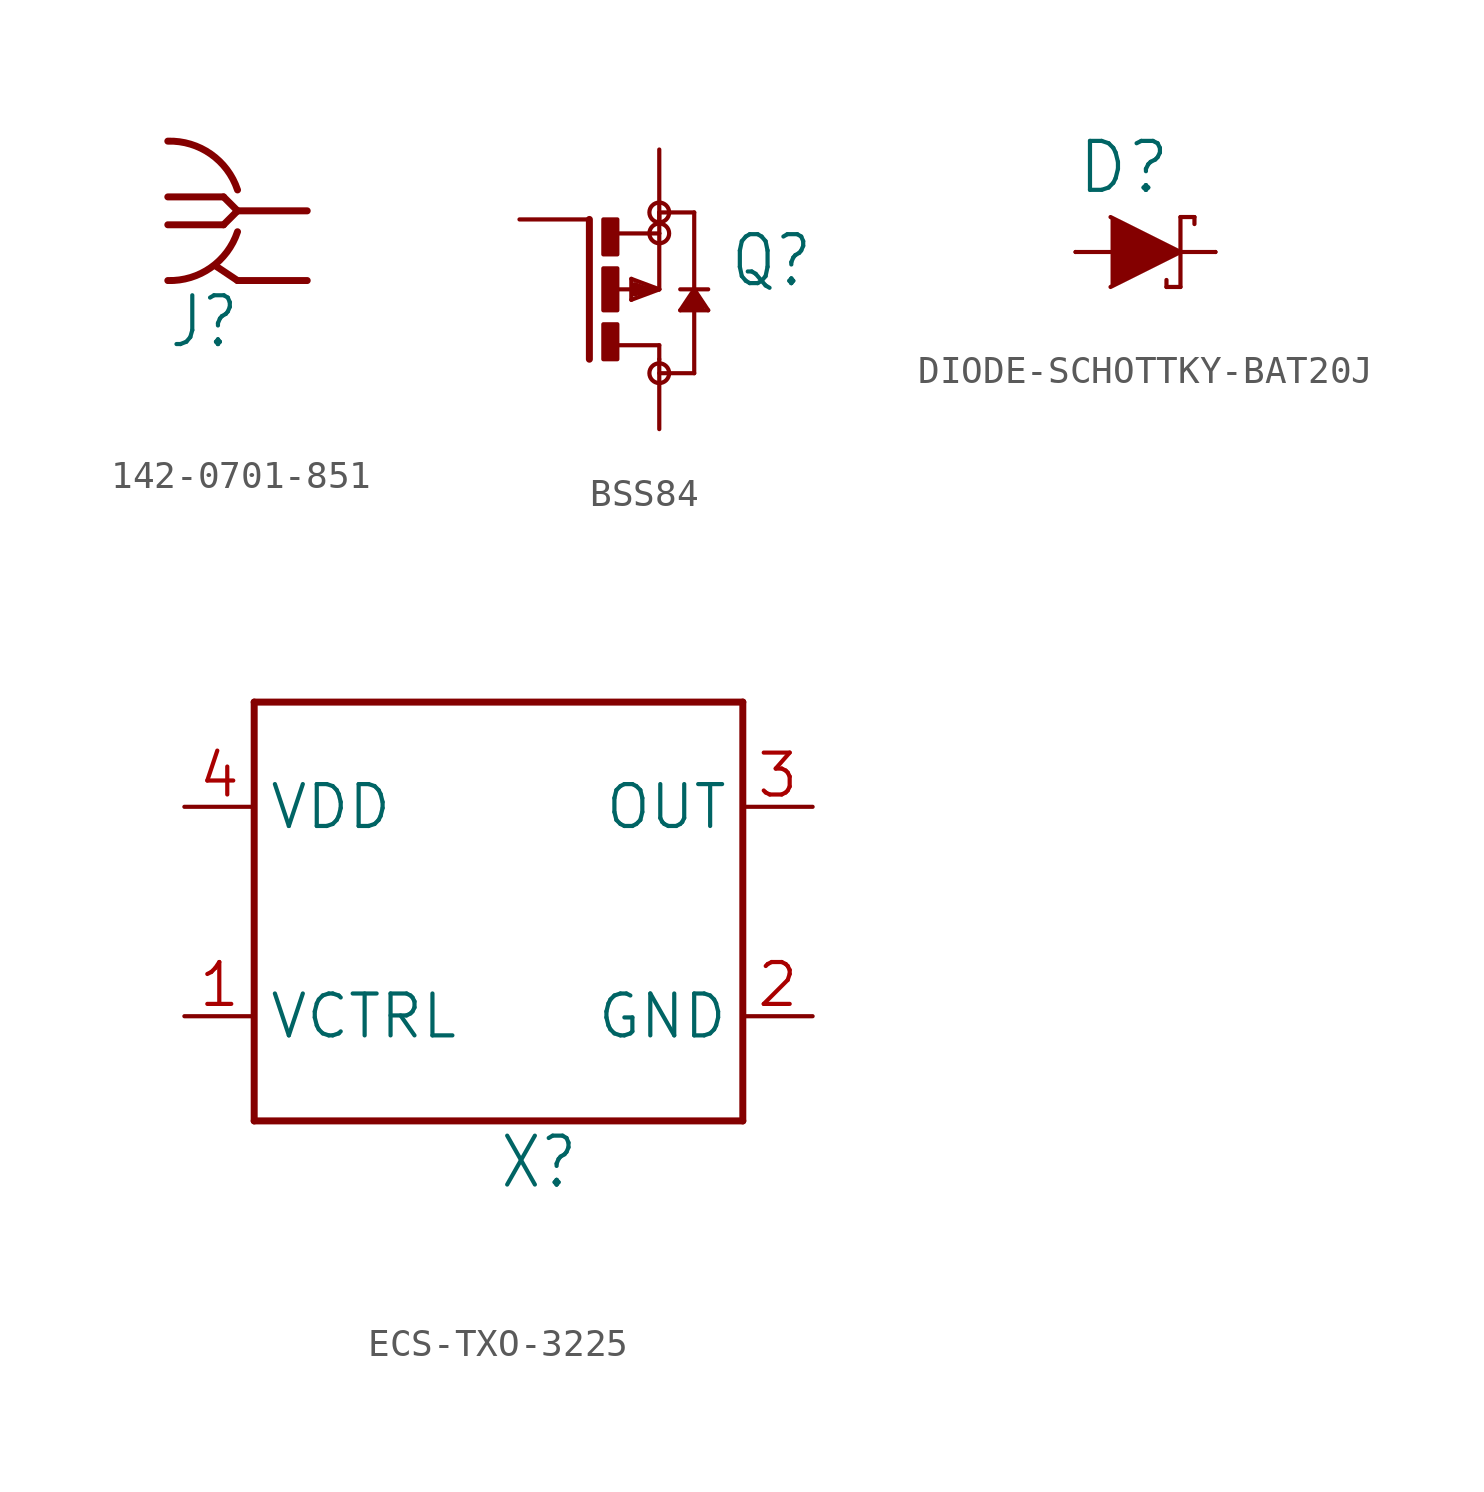
<source format=kicad_sym>
(kicad_symbol_lib
  (version 20241209)
  (generator "kicad_symbol_editor")
  (generator_version "9.0")
  (symbol "142-0701-851"
    (property "Reference" "J"
      (at -2.54 -5.08 0)
      (effects (font (size 1.778 1.511)) (justify left bottom)))
    (property "Value" ""
      (at -2.54 -7.62 0)
      (effects (font (size 1.778 1.511)) (justify left bottom)))
    (property "ki_locked" ""
      (at 0 0 0)
      (effects (font (size 1.27 1.27))))
    (symbol "142-0701-851_1_0"
      (polyline (pts (xy -2.54 0.508) (xy -0.508 0.508)) (stroke (width 0.254) (type solid)) (fill (type none)))
      (arc (start 0 -0.7621) (mid -0.9756 -2.0717) (end -2.54 -2.54) (stroke (width 0.254) (type solid)) (fill (type none)))
      (arc (start -2.54 2.54) (mid -0.9756 2.0717) (end 0 0.7621) (stroke (width 0.254) (type solid)) (fill (type none)))
      (polyline (pts (xy -0.508 0.508) (xy 0 0)) (stroke (width 0.254) (type solid)) (fill (type none)))
      (polyline (pts (xy -0.508 -0.508) (xy -2.54 -0.508)) (stroke (width 0.254) (type solid)) (fill (type none)))
      (polyline (pts (xy 0 0) (xy -0.508 -0.508)) (stroke (width 0.254) (type solid)) (fill (type none)))
      (polyline (pts (xy 0 0) (xy 2.54 0)) (stroke (width 0.254) (type solid)) (fill (type none)))
      (polyline (pts (xy 0 -2.54) (xy -0.762 -2.032)) (stroke (width 0.254) (type solid)) (fill (type none)))
      (polyline (pts (xy 2.54 -2.54) (xy 0 -2.54)) (stroke (width 0.254) (type solid)) (fill (type none)))
      (pin bidirectional line (at 2.54 0 180) (length 0) (name "RF" (effects (font (size 0 0)))) (number "RF1" (effects (font (size 0 0)))))
      (pin bidirectional line (at 2.54 -2.54 180) (length 0) (name "GND" (effects (font (size 0 0)))) (number "GND1" (effects (font (size 0 0)))))
      (pin bidirectional line (at 2.54 -2.54 180) (length 0) (name "GND" (effects (font (size 0 0)))) (number "GND2" (effects (font (size 0 0)))))
      (pin bidirectional line (at 2.54 -2.54 180) (length 0) (name "GND" (effects (font (size 0 0)))) (number "GND3" (effects (font (size 0 0)))))
      (pin bidirectional line (at 2.54 -2.54 180) (length 0) (name "GND" (effects (font (size 0 0)))) (number "GND4" (effects (font (size 0 0)))))))
  (symbol "BSS84"
    (property "Reference" "Q"
      (at 2.54 0 0)
      (effects (font (size 1.778 1.511)) (justify left bottom)))
    (property "Value" ""
      (at 2.54 -2.54 0)
      (effects (font (size 1.778 1.511)) (justify left bottom)))
    (property "ki_locked" ""
      (at 0 0 0)
      (effects (font (size 1.27 1.27))))
    (symbol "BSS84_1_0"
      (polyline (pts (xy -2.54 2.54) (xy -2.54 -2.54)) (stroke (width 0.254) (type solid)) (fill (type none)))
      (rectangle (start -2.032 1.27) (end -1.524 2.54) (stroke (width 0) (type default)) (fill (type outline)))
      (rectangle (start -2.032 -0.762) (end -1.524 0.762) (stroke (width 0) (type default)) (fill (type outline)))
      (rectangle (start -2.032 -2.54) (end -1.524 -1.27) (stroke (width 0) (type default)) (fill (type outline)))
      (polyline (pts (xy -1.524 2.032) (xy 0 2.032)) (stroke (width 0.152) (type solid)) (fill (type none)))
      (polyline (pts (xy -1.524 0) (xy -0.508 0)) (stroke (width 0.152) (type solid)) (fill (type none)))
      (polyline (pts (xy -1.524 -2.032) (xy 0 -2.032)) (stroke (width 0.152) (type solid)) (fill (type none)))
      (polyline (pts (xy -1.016 0.381) (xy -1.016 -0.381)) (stroke (width 0.152) (type solid)) (fill (type none)))
      (polyline (pts (xy -1.016 -0.381) (xy 0 0)) (stroke (width 0.152) (type solid)) (fill (type none)))
      (polyline (pts (xy -0.889 0.127) (xy -0.508 0)) (stroke (width 0.254) (type solid)) (fill (type none)))
      (polyline (pts (xy -0.889 -0.127) (xy -0.889 0.127)) (stroke (width 0.254) (type solid)) (fill (type none)))
      (polyline (pts (xy -0.508 0) (xy -0.381 0)) (stroke (width 0.152) (type solid)) (fill (type none)))
      (polyline (pts (xy -0.381 0) (xy -0.889 -0.127)) (stroke (width 0.254) (type solid)) (fill (type none)))
      (polyline (pts (xy -0.381 0) (xy 0 0)) (stroke (width 0.152) (type solid)) (fill (type none)))
      (circle (center 0 2.794) (radius 0.359) (stroke (width 0) (type solid)) (fill (type none)))
      (circle (center 0 2.032) (radius 0.359) (stroke (width 0) (type solid)) (fill (type none)))
      (polyline (pts (xy 0 2.032) (xy 0 2.794)) (stroke (width 0.152) (type solid)) (fill (type none)))
      (polyline (pts (xy 0 0) (xy -1.016 0.381)) (stroke (width 0.152) (type solid)) (fill (type none)))
      (polyline (pts (xy 0 0) (xy 0 2.032)) (stroke (width 0.152) (type solid)) (fill (type none)))
      (polyline (pts (xy 0 -2.032) (xy 0 -2.54)) (stroke (width 0.152) (type solid)) (fill (type none)))
      (polyline (pts (xy 0 -3.048) (xy 1.27 -3.048)) (stroke (width 0.152) (type solid)) (fill (type none)))
      (circle (center 0 -3.048) (radius 0.359) (stroke (width 0) (type solid)) (fill (type none)))
      (polyline (pts (xy 0.762 0) (xy 1.778 0)) (stroke (width 0.152) (type solid)) (fill (type none)))
      (polyline (pts (xy 0.762 -0.762) (xy 1.778 -0.762)) (stroke (width 0.152) (type solid)) (fill (type none)))
      (polyline (pts (xy 1.016 -0.635) (xy 1.524 -0.635)) (stroke (width 0.254) (type solid)) (fill (type none)))
      (polyline (pts (xy 1.27 2.794) (xy 0 2.794)) (stroke (width 0.152) (type solid)) (fill (type none)))
      (polyline (pts (xy 1.27 0) (xy 0.762 -0.762)) (stroke (width 0.152) (type solid)) (fill (type none)))
      (polyline (pts (xy 1.27 0) (xy 1.27 2.794)) (stroke (width 0.152) (type solid)) (fill (type none)))
      (polyline (pts (xy 1.27 -0.254) (xy 1.016 -0.635)) (stroke (width 0.254) (type solid)) (fill (type none)))
      (polyline (pts (xy 1.27 -0.254) (xy 1.27 0)) (stroke (width 0.152) (type solid)) (fill (type none)))
      (polyline (pts (xy 1.27 -3.048) (xy 1.27 -0.254)) (stroke (width 0.152) (type solid)) (fill (type none)))
      (polyline (pts (xy 1.524 -0.635) (xy 1.27 -0.254)) (stroke (width 0.254) (type solid)) (fill (type none)))
      (polyline (pts (xy 1.778 -0.762) (xy 1.27 0)) (stroke (width 0.152) (type solid)) (fill (type none)))
      (pin passive line (at -5.08 2.54 0) (length 2.54) (name "G" (effects (font (size 0 0)))) (number "1" (effects (font (size 0 0)))))
      (pin passive line (at 0 5.08 270) (length 2.54) (name "S" (effects (font (size 0 0)))) (number "2" (effects (font (size 0 0)))))
      (pin passive line (at 0 -5.08 90) (length 2.54) (name "D" (effects (font (size 0 0)))) (number "3" (effects (font (size 0 0)))))))
  (symbol "DIODE-SCHOTTKY-BAT20J"
    (property "Reference" "D"
      (at -2.54 2.032 0)
      (effects (font (size 1.778 1.778)) (justify left bottom)))
    (property "Value" ""
      (at -2.54 -2.032 0)
      (effects (font (size 1.778 1.778)) (justify left top)))
    (property "ki_locked" ""
      (at 0 0 0)
      (effects (font (size 1.27 1.27))))
    (symbol "DIODE-SCHOTTKY-BAT20J_1_0"
      (polyline (pts (xy -2.54 0) (xy -1.27 0)) (stroke (width 0.152) (type solid)) (fill (type none)))
      (polyline (pts (xy -1.27 -1.27) (xy 1.27 0) (xy -1.27 1.27)) (stroke (width 0.152) (type solid)) (fill (type outline)))
      (polyline (pts (xy 0.762 -1.27) (xy 0.762 -1.016)) (stroke (width 0.152) (type solid)) (fill (type none)))
      (polyline (pts (xy 1.27 1.27) (xy 1.27 0)) (stroke (width 0.152) (type solid)) (fill (type none)))
      (polyline (pts (xy 1.27 1.27) (xy 1.778 1.27)) (stroke (width 0.152) (type solid)) (fill (type none)))
      (polyline (pts (xy 1.27 0) (xy 1.27 -1.27)) (stroke (width 0.152) (type solid)) (fill (type none)))
      (polyline (pts (xy 1.27 -1.27) (xy 0.762 -1.27)) (stroke (width 0.152) (type solid)) (fill (type none)))
      (polyline (pts (xy 1.778 1.27) (xy 1.778 1.016)) (stroke (width 0.152) (type solid)) (fill (type none)))
      (polyline (pts (xy 2.54 0) (xy 1.27 0)) (stroke (width 0.152) (type solid)) (fill (type none)))
      (pin passive line (at -2.54 0 0) (length 0) (name "A" (effects (font (size 0 0)))) (number "A" (effects (font (size 0 0)))))
      (pin passive line (at 2.54 0 180) (length 0) (name "C" (effects (font (size 0 0)))) (number "C" (effects (font (size 0 0)))))))
  (symbol "ECS-TXO-3225"
    (property "Reference" "X"
      (at 0 -10.16 0)
      (effects (font (size 1.778 1.511)) (justify left bottom)))
    (property "Value" ""
      (at 0 -12.7 0)
      (effects (font (size 1.778 1.511)) (justify left bottom)))
    (property "ki_locked" ""
      (at 0 0 0)
      (effects (font (size 1.27 1.27))))
    (symbol "ECS-TXO-3225_1_0"
      (polyline (pts (xy -8.89 7.62) (xy 8.89 7.62)) (stroke (width 0.254) (type solid)) (fill (type none)))
      (polyline (pts (xy -8.89 -7.62) (xy -8.89 7.62)) (stroke (width 0.254) (type solid)) (fill (type none)))
      (polyline (pts (xy 8.89 7.62) (xy 8.89 -7.62)) (stroke (width 0.254) (type solid)) (fill (type none)))
      (polyline (pts (xy 8.89 -7.62) (xy -8.89 -7.62)) (stroke (width 0.254) (type solid)) (fill (type none)))
      (pin power_in line (at -11.43 3.81 0) (length 2.54) (name "VDD" (effects (font (size 1.524 1.524)))) (number "4" (effects (font (size 1.524 1.524)))))
      (pin input line (at -11.43 -3.81 0) (length 2.54) (name "VCTRL" (effects (font (size 1.524 1.524)))) (number "1" (effects (font (size 1.524 1.524)))))
      (pin output line (at 11.43 3.81 180) (length 2.54) (name "OUT" (effects (font (size 1.524 1.524)))) (number "3" (effects (font (size 1.524 1.524)))))
      (pin power_in line (at 11.43 -3.81 180) (length 2.54) (name "GND" (effects (font (size 1.524 1.524)))) (number "2" (effects (font (size 1.524 1.524))))))))
</source>
